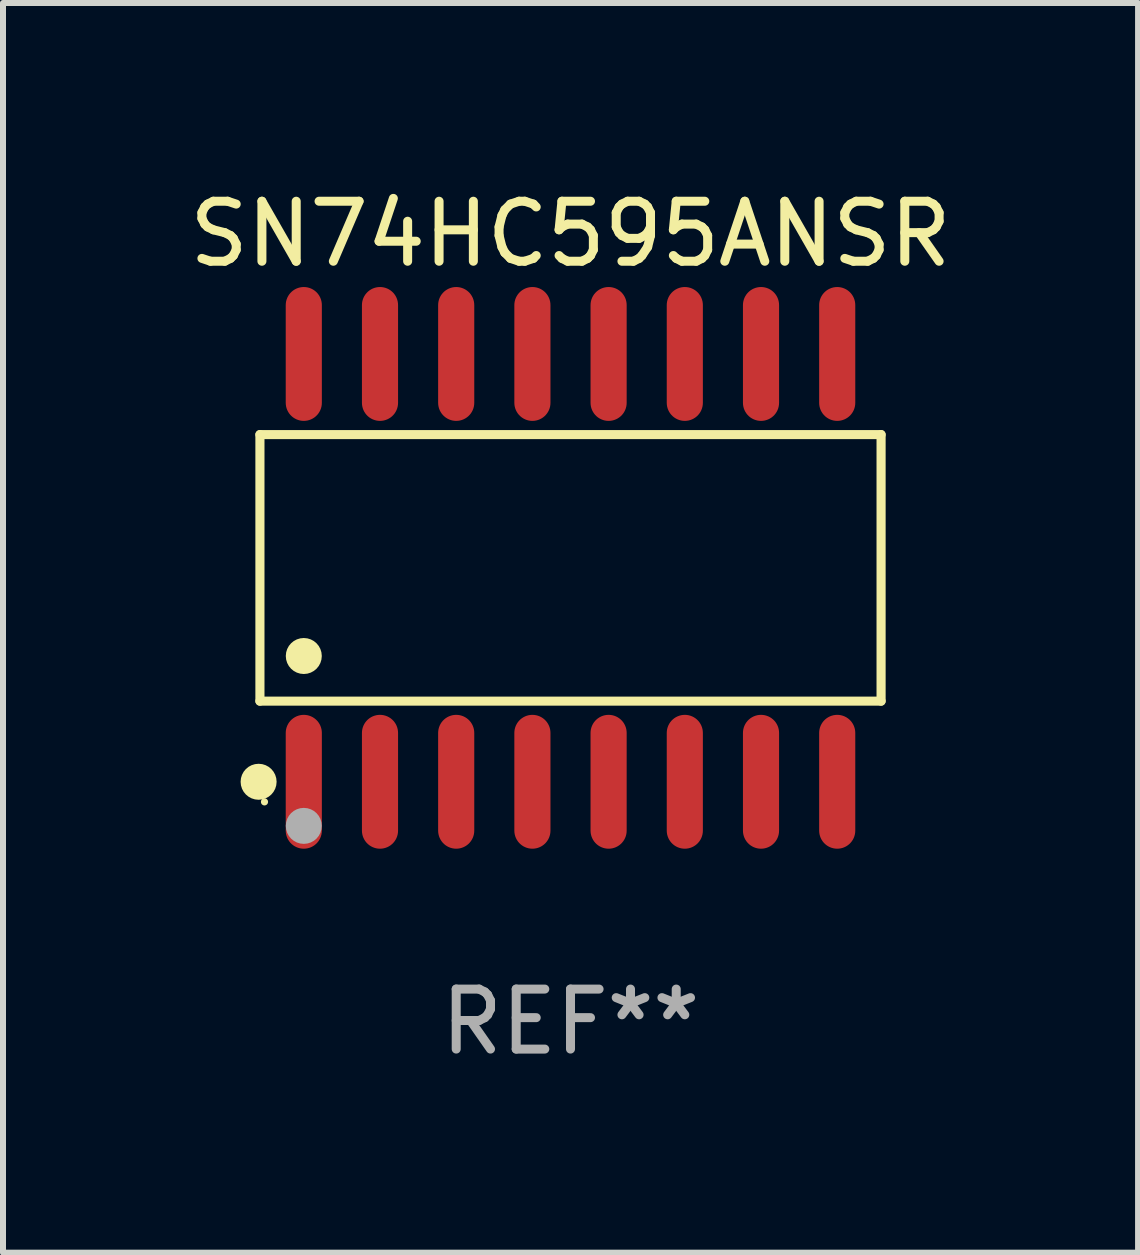
<source format=kicad_pcb>
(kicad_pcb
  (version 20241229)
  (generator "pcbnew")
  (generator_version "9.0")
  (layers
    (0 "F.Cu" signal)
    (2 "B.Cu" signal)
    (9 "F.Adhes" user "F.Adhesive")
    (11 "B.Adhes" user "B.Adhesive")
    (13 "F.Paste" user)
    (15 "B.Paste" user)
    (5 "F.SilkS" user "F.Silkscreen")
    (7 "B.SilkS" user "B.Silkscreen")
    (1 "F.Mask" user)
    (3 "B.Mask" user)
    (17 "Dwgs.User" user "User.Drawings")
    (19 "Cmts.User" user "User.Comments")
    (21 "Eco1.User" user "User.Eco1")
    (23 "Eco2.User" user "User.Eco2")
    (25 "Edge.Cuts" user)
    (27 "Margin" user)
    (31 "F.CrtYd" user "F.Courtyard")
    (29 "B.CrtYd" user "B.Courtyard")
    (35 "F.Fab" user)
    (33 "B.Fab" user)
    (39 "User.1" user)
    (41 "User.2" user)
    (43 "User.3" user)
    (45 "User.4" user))
  (footprint "SN74HC595ANSR"
    (layer "F.Cu")
    (at 6.458 6.414)
    (property "Reference" "SN74HC595ANSR" (at 0 -5.565 0) (layer "F.SilkS") (effects (font (size 1 1) (thickness 0.15))))
    (attr through_hole)
    (fp_line (start -5.176 -2.221) (end 5.176 -2.221) (stroke (width 0.152) (type solid)) (layer "F.SilkS"))
    (fp_line (start -5.176 2.221) (end -5.176 -2.221) (stroke (width 0.152) (type solid)) (layer "F.SilkS"))
    (fp_line (start 5.176 -2.221) (end 5.176 2.221) (stroke (width 0.152) (type solid)) (layer "F.SilkS"))
    (fp_line (start 5.176 2.221) (end -5.176 2.221) (stroke (width 0.152) (type solid)) (layer "F.SilkS"))
    (fp_circle (center -5.198 3.565) (end -5.048 3.565) (stroke (width 0.3) (type solid)) (fill no) (layer "F.SilkS"))
    (fp_circle (center -5.1 3.9) (end -5.07 3.9) (stroke (width 0.06) (type solid)) (fill no) (layer "F.SilkS"))
    (fp_circle (center -4.445 1.469) (end -4.295 1.469) (stroke (width 0.3) (type solid)) (fill no) (layer "F.SilkS"))
    (fp_circle (center -4.445 4.3) (end -4.295 4.3) (stroke (width 0.3) (type solid)) (fill no) (layer "F.Fab"))
    (fp_text user "REF**" (at 0 7.565 0) (layer "F.Fab") (effects (font (size 1 1) (thickness 0.15))))
    (pad "1" smd oval (at -4.445 3.565) (size 0.602 2.231) (layers "F.Cu" "F.Mask" "F.Paste"))
    (pad "2" smd oval (at -3.175 3.565) (size 0.602 2.231) (layers "F.Cu" "F.Mask" "F.Paste"))
    (pad "3" smd oval (at -1.905 3.565) (size 0.602 2.231) (layers "F.Cu" "F.Mask" "F.Paste"))
    (pad "4" smd oval (at -0.635 3.565) (size 0.602 2.231) (layers "F.Cu" "F.Mask" "F.Paste"))
    (pad "5" smd oval (at 0.635 3.565) (size 0.602 2.231) (layers "F.Cu" "F.Mask" "F.Paste"))
    (pad "6" smd oval (at 1.905 3.565) (size 0.602 2.231) (layers "F.Cu" "F.Mask" "F.Paste"))
    (pad "7" smd oval (at 3.175 3.565) (size 0.602 2.231) (layers "F.Cu" "F.Mask" "F.Paste"))
    (pad "8" smd oval (at 4.445 3.565) (size 0.602 2.231) (layers "F.Cu" "F.Mask" "F.Paste"))
    (pad "9" smd oval (at 4.445 -3.565) (size 0.602 2.231) (layers "F.Cu" "F.Mask" "F.Paste"))
    (pad "10" smd oval (at 3.175 -3.565) (size 0.602 2.231) (layers "F.Cu" "F.Mask" "F.Paste"))
    (pad "11" smd oval (at 1.905 -3.565) (size 0.602 2.231) (layers "F.Cu" "F.Mask" "F.Paste"))
    (pad "12" smd oval (at 0.635 -3.565) (size 0.602 2.231) (layers "F.Cu" "F.Mask" "F.Paste"))
    (pad "13" smd oval (at -0.635 -3.565) (size 0.602 2.231) (layers "F.Cu" "F.Mask" "F.Paste"))
    (pad "14" smd oval (at -1.905 -3.565) (size 0.602 2.231) (layers "F.Cu" "F.Mask" "F.Paste"))
    (pad "15" smd oval (at -3.175 -3.565) (size 0.602 2.231) (layers "F.Cu" "F.Mask" "F.Paste"))
    (pad "16" smd oval (at -4.445 -3.565) (size 0.602 2.231) (layers "F.Cu" "F.Mask" "F.Paste")))
  (gr_rect
    (start -3 -3)
    (end 15.917 17.827)
    (stroke (width 0.1) (type default))
    (fill no)
    (layer "Edge.Cuts")))
</source>
